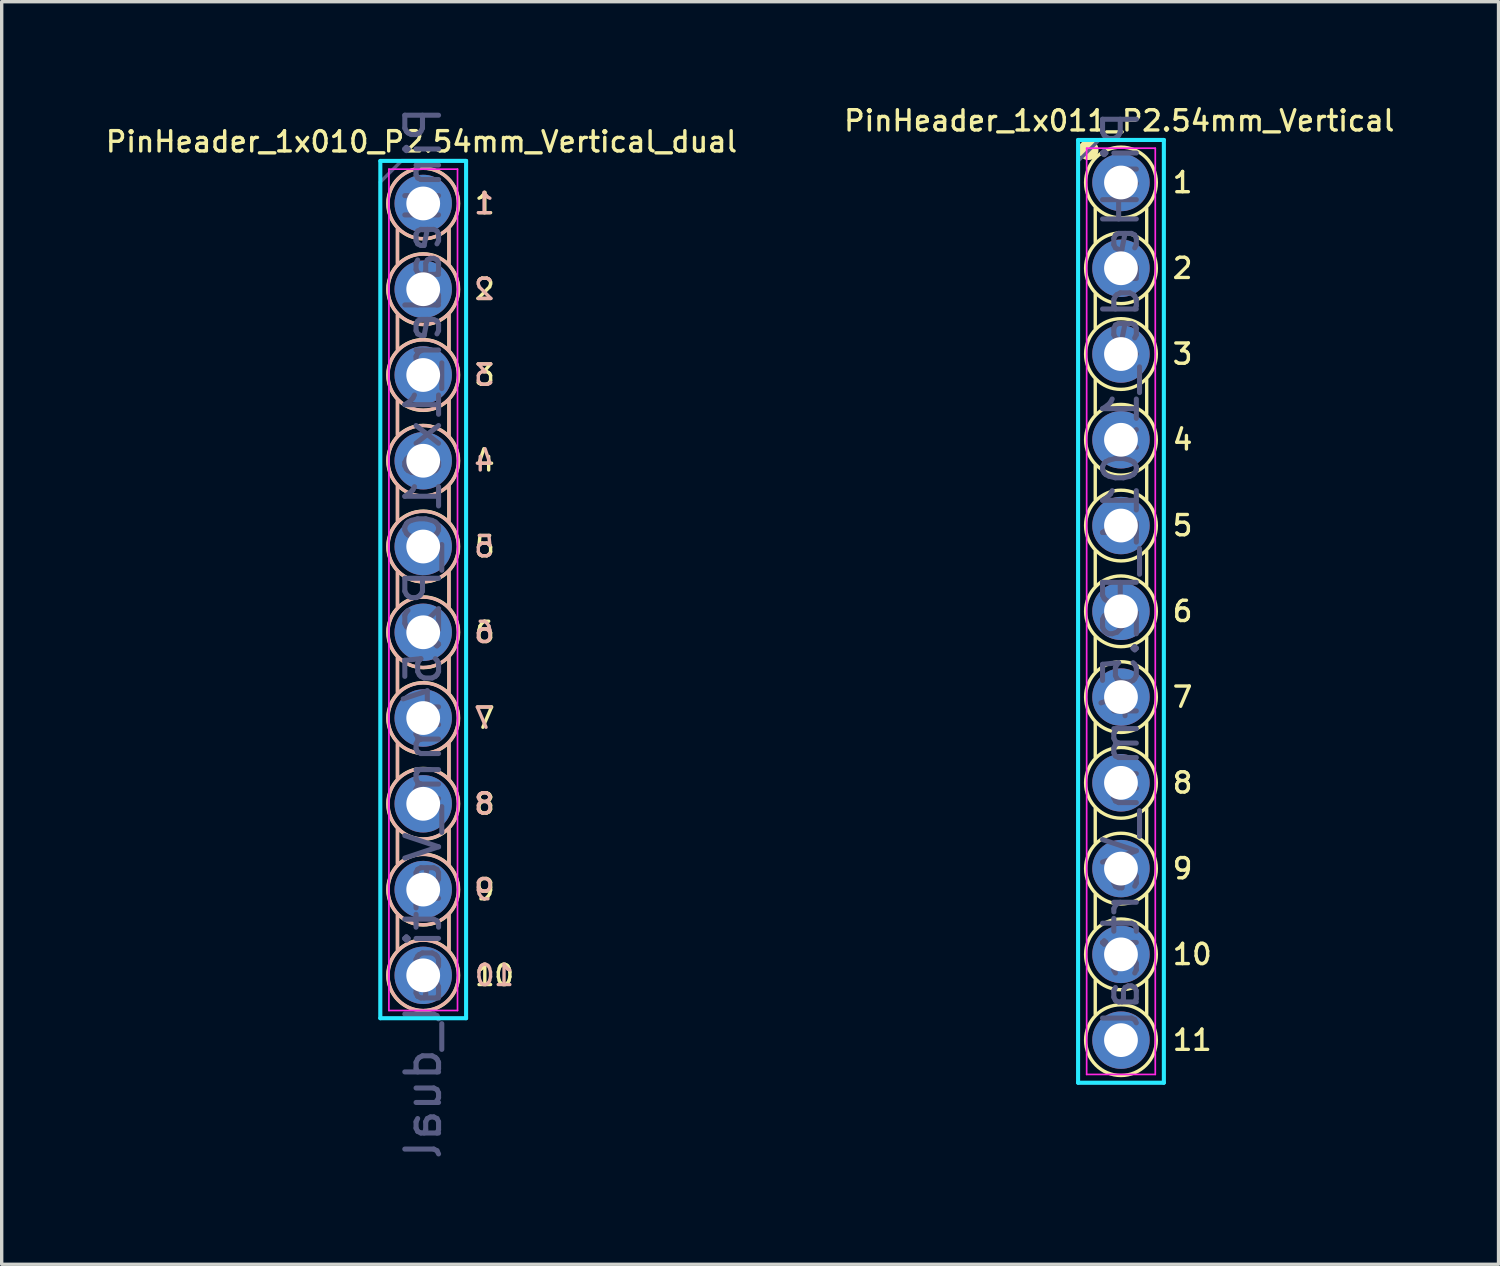
<source format=kicad_pcb>
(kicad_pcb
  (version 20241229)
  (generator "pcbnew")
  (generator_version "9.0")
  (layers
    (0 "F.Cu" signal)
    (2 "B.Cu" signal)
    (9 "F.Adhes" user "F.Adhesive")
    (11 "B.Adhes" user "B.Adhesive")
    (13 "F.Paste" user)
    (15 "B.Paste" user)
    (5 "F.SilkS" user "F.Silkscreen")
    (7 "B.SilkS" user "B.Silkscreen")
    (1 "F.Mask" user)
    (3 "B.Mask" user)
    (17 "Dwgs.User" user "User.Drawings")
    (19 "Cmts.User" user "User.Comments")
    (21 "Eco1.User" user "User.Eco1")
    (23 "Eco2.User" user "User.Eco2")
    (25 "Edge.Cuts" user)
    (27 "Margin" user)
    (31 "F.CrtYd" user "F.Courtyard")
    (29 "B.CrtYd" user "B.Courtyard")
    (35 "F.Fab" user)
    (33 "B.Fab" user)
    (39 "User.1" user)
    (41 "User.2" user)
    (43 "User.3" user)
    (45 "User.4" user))
  (footprint "PinHeader_1x010_P2.54mm_Vertical_dual"
    (layer "F.Cu")
    (at 9.484 2.976)
    (property "Reference" "PinHeader_1x010_P2.54mm_Vertical_dual" (at -0.051 -1.829 0) (layer "F.SilkS") (effects (font (size 0.6 0.6) (thickness 0.1))))
    (attr through_hole)
    (fp_line (start -0.762 0.762) (end -0.762 1.778) (stroke (width 0.1) (type solid)) (layer "F.SilkS"))
    (fp_line (start -0.762 3.302) (end -0.762 4.318) (stroke (width 0.1) (type solid)) (layer "F.SilkS"))
    (fp_line (start -0.762 5.842) (end -0.762 6.858) (stroke (width 0.1) (type solid)) (layer "F.SilkS"))
    (fp_line (start -0.762 8.382) (end -0.762 9.398) (stroke (width 0.1) (type solid)) (layer "F.SilkS"))
    (fp_line (start -0.762 10.922) (end -0.762 11.938) (stroke (width 0.1) (type solid)) (layer "F.SilkS"))
    (fp_line (start -0.762 13.462) (end -0.762 14.478) (stroke (width 0.1) (type solid)) (layer "F.SilkS"))
    (fp_line (start -0.762 16.002) (end -0.762 17.018) (stroke (width 0.1) (type solid)) (layer "F.SilkS"))
    (fp_line (start -0.762 18.542) (end -0.762 19.558) (stroke (width 0.1) (type solid)) (layer "F.SilkS"))
    (fp_line (start -0.762 21.082) (end -0.762 22.098) (stroke (width 0.1) (type solid)) (layer "F.SilkS"))
    (fp_line (start 0.762 0.762) (end 0.762 1.778) (stroke (width 0.1) (type solid)) (layer "F.SilkS"))
    (fp_line (start 0.762 3.302) (end 0.762 4.318) (stroke (width 0.1) (type solid)) (layer "F.SilkS"))
    (fp_line (start 0.762 5.842) (end 0.762 6.858) (stroke (width 0.1) (type solid)) (layer "F.SilkS"))
    (fp_line (start 0.762 8.382) (end 0.762 9.398) (stroke (width 0.1) (type solid)) (layer "F.SilkS"))
    (fp_line (start 0.762 10.922) (end 0.762 11.938) (stroke (width 0.1) (type solid)) (layer "F.SilkS"))
    (fp_line (start 0.762 13.462) (end 0.762 14.478) (stroke (width 0.1) (type solid)) (layer "F.SilkS"))
    (fp_line (start 0.762 16.002) (end 0.762 17.018) (stroke (width 0.1) (type solid)) (layer "F.SilkS"))
    (fp_line (start 0.762 18.542) (end 0.762 19.558) (stroke (width 0.1) (type solid)) (layer "F.SilkS"))
    (fp_line (start 0.762 21.082) (end 0.762 22.098) (stroke (width 0.1) (type solid)) (layer "F.SilkS"))
    (fp_circle (center 0 0) (end 0.813 0.66) (stroke (width 0.1) (type solid)) (fill no) (layer "F.SilkS"))
    (fp_circle (center 0 2.54) (end 0.813 3.2) (stroke (width 0.1) (type solid)) (fill no) (layer "F.SilkS"))
    (fp_circle (center 0 5.08) (end 0.813 5.74) (stroke (width 0.1) (type solid)) (fill no) (layer "F.SilkS"))
    (fp_circle (center 0 7.62) (end 0.813 8.28) (stroke (width 0.1) (type solid)) (fill no) (layer "F.SilkS"))
    (fp_circle (center 0 10.16) (end 0.813 10.82) (stroke (width 0.1) (type solid)) (fill no) (layer "F.SilkS"))
    (fp_circle (center 0 12.7) (end 0.813 13.36) (stroke (width 0.1) (type solid)) (fill no) (layer "F.SilkS"))
    (fp_circle (center 0 15.24) (end 0.813 15.9) (stroke (width 0.1) (type solid)) (fill no) (layer "F.SilkS"))
    (fp_circle (center 0 17.78) (end 0.813 18.44) (stroke (width 0.1) (type solid)) (fill no) (layer "F.SilkS"))
    (fp_circle (center 0 20.32) (end 0.813 20.98) (stroke (width 0.1) (type solid)) (fill no) (layer "F.SilkS"))
    (fp_circle (center 0 22.86) (end 0.813 23.52) (stroke (width 0.1) (type solid)) (fill no) (layer "F.SilkS"))
    (fp_line (start -0.762 0.737) (end -0.762 1.803) (stroke (width 0.1) (type solid)) (layer "B.SilkS"))
    (fp_line (start -0.762 3.277) (end -0.762 4.343) (stroke (width 0.1) (type solid)) (layer "B.SilkS"))
    (fp_line (start -0.762 5.817) (end -0.762 6.883) (stroke (width 0.1) (type solid)) (layer "B.SilkS"))
    (fp_line (start -0.762 8.357) (end -0.762 9.423) (stroke (width 0.1) (type solid)) (layer "B.SilkS"))
    (fp_line (start -0.762 10.897) (end -0.762 11.963) (stroke (width 0.1) (type solid)) (layer "B.SilkS"))
    (fp_line (start -0.762 13.437) (end -0.762 14.503) (stroke (width 0.1) (type solid)) (layer "B.SilkS"))
    (fp_line (start -0.762 15.977) (end -0.762 17.043) (stroke (width 0.1) (type solid)) (layer "B.SilkS"))
    (fp_line (start -0.762 18.517) (end -0.762 19.583) (stroke (width 0.1) (type solid)) (layer "B.SilkS"))
    (fp_line (start -0.762 21.057) (end -0.762 22.123) (stroke (width 0.1) (type solid)) (layer "B.SilkS"))
    (fp_line (start 0.762 0.737) (end 0.762 1.803) (stroke (width 0.1) (type solid)) (layer "B.SilkS"))
    (fp_line (start 0.762 3.277) (end 0.762 4.343) (stroke (width 0.1) (type solid)) (layer "B.SilkS"))
    (fp_line (start 0.762 5.817) (end 0.762 6.883) (stroke (width 0.1) (type solid)) (layer "B.SilkS"))
    (fp_line (start 0.762 8.357) (end 0.762 9.423) (stroke (width 0.1) (type solid)) (layer "B.SilkS"))
    (fp_line (start 0.762 10.897) (end 0.762 11.963) (stroke (width 0.1) (type solid)) (layer "B.SilkS"))
    (fp_line (start 0.762 13.437) (end 0.762 14.503) (stroke (width 0.1) (type solid)) (layer "B.SilkS"))
    (fp_line (start 0.762 15.977) (end 0.762 17.043) (stroke (width 0.1) (type solid)) (layer "B.SilkS"))
    (fp_line (start 0.762 18.517) (end 0.762 19.583) (stroke (width 0.1) (type solid)) (layer "B.SilkS"))
    (fp_line (start 0.762 21.057) (end 0.762 22.123) (stroke (width 0.1) (type solid)) (layer "B.SilkS"))
    (fp_circle (center 0 0) (end 0.025 -1.041) (stroke (width 0.1) (type solid)) (fill no) (layer "B.SilkS"))
    (fp_circle (center 0 2.54) (end 0.025 1.499) (stroke (width 0.1) (type solid)) (fill no) (layer "B.SilkS"))
    (fp_circle (center 0 5.08) (end 0.025 4.039) (stroke (width 0.1) (type solid)) (fill no) (layer "B.SilkS"))
    (fp_circle (center 0 7.62) (end 0.025 6.579) (stroke (width 0.1) (type solid)) (fill no) (layer "B.SilkS"))
    (fp_circle (center 0 10.16) (end 0.025 9.119) (stroke (width 0.1) (type solid)) (fill no) (layer "B.SilkS"))
    (fp_circle (center 0 12.7) (end 0.025 11.659) (stroke (width 0.1) (type solid)) (fill no) (layer "B.SilkS"))
    (fp_circle (center 0 15.24) (end 0.025 14.199) (stroke (width 0.1) (type solid)) (fill no) (layer "B.SilkS"))
    (fp_circle (center 0 17.78) (end 0.025 16.739) (stroke (width 0.1) (type solid)) (fill no) (layer "B.SilkS"))
    (fp_circle (center 0 20.32) (end 0.025 19.279) (stroke (width 0.1) (type solid)) (fill no) (layer "B.SilkS"))
    (fp_circle (center 0 22.86) (end 0.025 21.819) (stroke (width 0.1) (type solid)) (fill no) (layer "B.SilkS"))
    (fp_line (start -1.27 -1.26) (end -1.27 24.13) (stroke (width 0.12) (type solid)) (layer "B.CrtYd"))
    (fp_line (start -1.27 24.13) (end 1.27 24.13) (stroke (width 0.12) (type solid)) (layer "B.CrtYd"))
    (fp_line (start 1.27 -1.26) (end -1.27 -1.26) (stroke (width 0.12) (type solid)) (layer "B.CrtYd"))
    (fp_line (start 1.27 24.13) (end 1.27 -1.26) (stroke (width 0.12) (type solid)) (layer "B.CrtYd"))
    (fp_line (start -1.016 -1.016) (end -1.016 23.901) (stroke (width 0.05) (type solid)) (layer "F.CrtYd"))
    (fp_line (start -1.016 23.901) (end 1.016 23.901) (stroke (width 0.05) (type solid)) (layer "F.CrtYd"))
    (fp_line (start 1.016 -1.016) (end -1.016 -1.016) (stroke (width 0.05) (type solid)) (layer "F.CrtYd"))
    (fp_line (start 1.016 23.901) (end 1.016 -1.016) (stroke (width 0.05) (type solid)) (layer "F.CrtYd"))
    (fp_line (start -1.27 -0.635) (end -0.635 -1.27) (stroke (width 0.1) (type solid)) (layer "B.Fab"))
    (fp_line (start -1.27 24.13) (end -1.27 -0.635) (stroke (width 0.1) (type solid)) (layer "B.Fab"))
    (fp_line (start -0.635 -1.27) (end 1.27 -1.27) (stroke (width 0.1) (type solid)) (layer "B.Fab"))
    (fp_line (start 1.27 -1.27) (end 1.27 24.13) (stroke (width 0.1) (type solid)) (layer "B.Fab"))
    (fp_line (start 1.27 24.13) (end -1.27 24.13) (stroke (width 0.1) (type solid)) (layer "B.Fab"))
    (fp_text user "10" (at 1.473 22.86 0) (layer "F.SilkS") (effects (font (size 0.6 0.6) (thickness 0.1)) (justify left)))
    (fp_text user "2" (at 1.473 2.54 0) (layer "F.SilkS") (effects (font (size 0.6 0.6) (thickness 0.1)) (justify left)))
    (fp_text user "7" (at 1.473 15.24 0) (layer "F.SilkS") (effects (font (size 0.6 0.6) (thickness 0.1)) (justify left)))
    (fp_text user "5" (at 1.473 10.16 0) (layer "F.SilkS") (effects (font (size 0.6 0.6) (thickness 0.1)) (justify left)))
    (fp_text user "4" (at 1.473 7.62 0) (layer "F.SilkS") (effects (font (size 0.6 0.6) (thickness 0.1)) (justify left)))
    (fp_text user "9" (at 1.473 20.32 0) (layer "F.SilkS") (effects (font (size 0.6 0.6) (thickness 0.1)) (justify left)))
    (fp_text user "3" (at 1.473 5.08 0) (layer "F.SilkS") (effects (font (size 0.6 0.6) (thickness 0.1)) (justify left)))
    (fp_text user "8" (at 1.473 17.78 0) (layer "F.SilkS") (effects (font (size 0.6 0.6) (thickness 0.1)) (justify left)))
    (fp_text user "1" (at 1.473 0 0) (layer "F.SilkS") (effects (font (size 0.6 0.6) (thickness 0.1)) (justify left)))
    (fp_text user "6" (at 1.473 12.7 0) (layer "F.SilkS") (effects (font (size 0.6 0.6) (thickness 0.1)) (justify left)))
    (fp_text user "5" (at 1.803 10.16 0) (layer "B.SilkS") (effects (font (size 0.6 0.6) (thickness 0.1)) (justify mirror)))
    (fp_text user "10" (at 2.108 22.86 0) (layer "B.SilkS") (effects (font (size 0.6 0.6) (thickness 0.1)) (justify mirror)))
    (fp_text user "8" (at 1.803 17.78 0) (layer "B.SilkS") (effects (font (size 0.6 0.6) (thickness 0.1)) (justify mirror)))
    (fp_text user "4" (at 1.803 7.62 0) (layer "B.SilkS") (effects (font (size 0.6 0.6) (thickness 0.1)) (justify mirror)))
    (fp_text user "2" (at 1.803 2.54 0) (layer "B.SilkS") (effects (font (size 0.6 0.6) (thickness 0.1)) (justify mirror)))
    (fp_text user "1" (at 1.803 0 0) (layer "B.SilkS") (effects (font (size 0.6 0.6) (thickness 0.1)) (justify mirror)))
    (fp_text user "9" (at 1.803 20.32 0) (layer "B.SilkS") (effects (font (size 0.6 0.6) (thickness 0.1)) (justify mirror)))
    (fp_text user "7" (at 1.803 15.24 0) (layer "B.SilkS") (effects (font (size 0.6 0.6) (thickness 0.1)) (justify mirror)))
    (fp_text user "3" (at 1.803 5.08 0) (layer "B.SilkS") (effects (font (size 0.6 0.6) (thickness 0.1)) (justify mirror)))
    (fp_text user "6" (at 1.803 12.7 0) (layer "B.SilkS") (effects (font (size 0.6 0.6) (thickness 0.1)) (justify mirror)))
    (fp_text user "${REFERENCE}" (at 0 12.72 90) (layer "B.Fab") (effects (font (size 1 1) (thickness 0.15)) (justify mirror)))
    (pad "1" thru_hole circle (at 0 0) (size 1.7 1.7) (drill 1) (layers "*.Cu" "*.Mask"))
    (pad "2" thru_hole oval (at 0 2.54) (size 1.7 1.7) (drill 1) (layers "*.Cu" "*.Mask"))
    (pad "3" thru_hole oval (at 0 5.08) (size 1.7 1.7) (drill 1) (layers "*.Cu" "*.Mask"))
    (pad "4" thru_hole oval (at 0 7.62) (size 1.7 1.7) (drill 1) (layers "*.Cu" "*.Mask"))
    (pad "5" thru_hole oval (at 0 10.16) (size 1.7 1.7) (drill 1) (layers "*.Cu" "*.Mask"))
    (pad "6" thru_hole oval (at 0 12.7) (size 1.7 1.7) (drill 1) (layers "*.Cu" "*.Mask"))
    (pad "7" thru_hole oval (at 0 15.24) (size 1.7 1.7) (drill 1) (layers "*.Cu" "*.Mask"))
    (pad "8" thru_hole oval (at 0 17.78) (size 1.7 1.7) (drill 1) (layers "*.Cu" "*.Mask"))
    (pad "9" thru_hole oval (at 0 20.32) (size 1.7 1.7) (drill 1) (layers "*.Cu" "*.Mask"))
    (pad "10" thru_hole oval (at 0 22.86) (size 1.7 1.7) (drill 1) (layers "*.Cu" "*.Mask")))
  (footprint "PinHeader_1x011_P2.54mm_Vertical"
    (layer "F.Cu")
    (at 30.149 2.355)
    (property "Reference" "PinHeader_1x011_P2.54mm_Vertical" (at -0.051 -1.829 0) (layer "F.SilkS") (effects (font (size 0.6 0.6) (thickness 0.1))))
    (attr through_hole)
    (fp_line (start -0.762 0.762) (end -0.762 1.778) (stroke (width 0.1) (type solid)) (layer "F.SilkS"))
    (fp_line (start -0.762 3.302) (end -0.762 4.318) (stroke (width 0.1) (type solid)) (layer "F.SilkS"))
    (fp_line (start -0.762 5.842) (end -0.762 6.858) (stroke (width 0.1) (type solid)) (layer "F.SilkS"))
    (fp_line (start -0.762 8.382) (end -0.762 9.398) (stroke (width 0.1) (type solid)) (layer "F.SilkS"))
    (fp_line (start -0.762 10.922) (end -0.762 11.938) (stroke (width 0.1) (type solid)) (layer "F.SilkS"))
    (fp_line (start -0.762 13.462) (end -0.762 14.478) (stroke (width 0.1) (type solid)) (layer "F.SilkS"))
    (fp_line (start -0.762 16.002) (end -0.762 17.018) (stroke (width 0.1) (type solid)) (layer "F.SilkS"))
    (fp_line (start -0.762 18.542) (end -0.762 19.558) (stroke (width 0.1) (type solid)) (layer "F.SilkS"))
    (fp_line (start -0.762 21.082) (end -0.762 22.098) (stroke (width 0.1) (type solid)) (layer "F.SilkS"))
    (fp_line (start -0.762 23.622) (end -0.762 24.638) (stroke (width 0.1) (type solid)) (layer "F.SilkS"))
    (fp_line (start 0.762 0.762) (end 0.762 1.778) (stroke (width 0.1) (type solid)) (layer "F.SilkS"))
    (fp_line (start 0.762 3.302) (end 0.762 4.318) (stroke (width 0.1) (type solid)) (layer "F.SilkS"))
    (fp_line (start 0.762 5.842) (end 0.762 6.858) (stroke (width 0.1) (type solid)) (layer "F.SilkS"))
    (fp_line (start 0.762 8.382) (end 0.762 9.398) (stroke (width 0.1) (type solid)) (layer "F.SilkS"))
    (fp_line (start 0.762 10.922) (end 0.762 11.938) (stroke (width 0.1) (type solid)) (layer "F.SilkS"))
    (fp_line (start 0.762 13.462) (end 0.762 14.478) (stroke (width 0.1) (type solid)) (layer "F.SilkS"))
    (fp_line (start 0.762 16.002) (end 0.762 17.018) (stroke (width 0.1) (type solid)) (layer "F.SilkS"))
    (fp_line (start 0.762 18.542) (end 0.762 19.558) (stroke (width 0.1) (type solid)) (layer "F.SilkS"))
    (fp_line (start 0.762 21.082) (end 0.762 22.098) (stroke (width 0.1) (type solid)) (layer "F.SilkS"))
    (fp_line (start 0.762 23.622) (end 0.762 24.638) (stroke (width 0.1) (type solid)) (layer "F.SilkS"))
    (fp_circle (center -0.965 -0.965) (end -0.965 -0.965) (stroke (width 0.3) (type solid)) (fill no) (layer "F.SilkS"))
    (fp_circle (center 0 0) (end 0.813 0.66) (stroke (width 0.1) (type solid)) (fill no) (layer "F.SilkS"))
    (fp_circle (center 0 2.54) (end 0.813 3.2) (stroke (width 0.1) (type solid)) (fill no) (layer "F.SilkS"))
    (fp_circle (center 0 5.08) (end 0.813 5.74) (stroke (width 0.1) (type solid)) (fill no) (layer "F.SilkS"))
    (fp_circle (center 0 7.62) (end 0.813 8.28) (stroke (width 0.1) (type solid)) (fill no) (layer "F.SilkS"))
    (fp_circle (center 0 10.16) (end 0.813 10.82) (stroke (width 0.1) (type solid)) (fill no) (layer "F.SilkS"))
    (fp_circle (center 0 12.7) (end 0.813 13.36) (stroke (width 0.1) (type solid)) (fill no) (layer "F.SilkS"))
    (fp_circle (center 0 15.24) (end 0.813 15.9) (stroke (width 0.1) (type solid)) (fill no) (layer "F.SilkS"))
    (fp_circle (center 0 17.78) (end 0.813 18.44) (stroke (width 0.1) (type solid)) (fill no) (layer "F.SilkS"))
    (fp_circle (center 0 20.32) (end 0.813 20.98) (stroke (width 0.1) (type solid)) (fill no) (layer "F.SilkS"))
    (fp_circle (center 0 22.86) (end 0.813 23.52) (stroke (width 0.1) (type solid)) (fill no) (layer "F.SilkS"))
    (fp_circle (center 0 25.4) (end 0.813 26.06) (stroke (width 0.1) (type solid)) (fill no) (layer "F.SilkS"))
    (fp_line (start -1.27 -1.26) (end -1.27 26.66) (stroke (width 0.12) (type solid)) (layer "B.CrtYd"))
    (fp_line (start -1.27 26.66) (end 1.27 26.66) (stroke (width 0.12) (type solid)) (layer "B.CrtYd"))
    (fp_line (start 1.27 -1.26) (end -1.27 -1.26) (stroke (width 0.12) (type solid)) (layer "B.CrtYd"))
    (fp_line (start 1.27 26.66) (end 1.27 -1.26) (stroke (width 0.12) (type solid)) (layer "B.CrtYd"))
    (fp_line (start -1.016 -1.016) (end -1.016 26.416) (stroke (width 0.05) (type solid)) (layer "F.CrtYd"))
    (fp_line (start -1.016 26.416) (end 1.016 26.416) (stroke (width 0.05) (type solid)) (layer "F.CrtYd"))
    (fp_line (start 1.016 -1.016) (end -1.016 -1.016) (stroke (width 0.05) (type solid)) (layer "F.CrtYd"))
    (fp_line (start 1.016 26.416) (end 1.016 -1.016) (stroke (width 0.05) (type solid)) (layer "F.CrtYd"))
    (fp_line (start -1.27 -0.635) (end -0.635 -1.27) (stroke (width 0.1) (type solid)) (layer "B.Fab"))
    (fp_line (start -1.27 26.67) (end -1.27 -0.635) (stroke (width 0.1) (type solid)) (layer "B.Fab"))
    (fp_line (start -0.635 -1.27) (end 1.27 -1.27) (stroke (width 0.1) (type solid)) (layer "B.Fab"))
    (fp_line (start 1.27 -1.27) (end 1.27 26.67) (stroke (width 0.1) (type solid)) (layer "B.Fab"))
    (fp_line (start 1.27 26.67) (end -1.27 26.67) (stroke (width 0.1) (type solid)) (layer "B.Fab"))
    (fp_text user "2" (at 1.473 2.54 0) (layer "F.SilkS") (effects (font (size 0.6 0.6) (thickness 0.1)) (justify left)))
    (fp_text user "6" (at 1.473 12.7 0) (layer "F.SilkS") (effects (font (size 0.6 0.6) (thickness 0.1)) (justify left)))
    (fp_text user "8" (at 1.473 17.78 0) (layer "F.SilkS") (effects (font (size 0.6 0.6) (thickness 0.1)) (justify left)))
    (fp_text user "1" (at 1.473 0 0) (layer "F.SilkS") (effects (font (size 0.6 0.6) (thickness 0.1)) (justify left)))
    (fp_text user "7" (at 1.473 15.24 0) (layer "F.SilkS") (effects (font (size 0.6 0.6) (thickness 0.1)) (justify left)))
    (fp_text user "4" (at 1.473 7.62 0) (layer "F.SilkS") (effects (font (size 0.6 0.6) (thickness 0.1)) (justify left)))
    (fp_text user "3" (at 1.473 5.08 0) (layer "F.SilkS") (effects (font (size 0.6 0.6) (thickness 0.1)) (justify left)))
    (fp_text user "10" (at 1.473 22.86 0) (layer "F.SilkS") (effects (font (size 0.6 0.6) (thickness 0.1)) (justify left)))
    (fp_text user "11" (at 1.473 25.4 0) (layer "F.SilkS") (effects (font (size 0.6 0.6) (thickness 0.1)) (justify left)))
    (fp_text user "5" (at 1.473 10.16 0) (layer "F.SilkS") (effects (font (size 0.6 0.6) (thickness 0.1)) (justify left)))
    (fp_text user "9" (at 1.473 20.32 0) (layer "F.SilkS") (effects (font (size 0.6 0.6) (thickness 0.1)) (justify left)))
    (fp_text user "${REFERENCE}" (at 0 11.46 90) (layer "B.Fab") (effects (font (size 1 1) (thickness 0.15)) (justify mirror)))
    (pad "1" thru_hole circle (at 0 0) (size 1.7 1.7) (drill 1) (layers "*.Cu" "*.Mask"))
    (pad "2" thru_hole oval (at 0 2.54) (size 1.7 1.7) (drill 1) (layers "*.Cu" "*.Mask"))
    (pad "3" thru_hole oval (at 0 5.08) (size 1.7 1.7) (drill 1) (layers "*.Cu" "*.Mask"))
    (pad "4" thru_hole oval (at 0 7.62) (size 1.7 1.7) (drill 1) (layers "*.Cu" "*.Mask"))
    (pad "5" thru_hole oval (at 0 10.16) (size 1.7 1.7) (drill 1) (layers "*.Cu" "*.Mask"))
    (pad "6" thru_hole oval (at 0 12.7) (size 1.7 1.7) (drill 1) (layers "*.Cu" "*.Mask"))
    (pad "7" thru_hole oval (at 0 15.24) (size 1.7 1.7) (drill 1) (layers "*.Cu" "*.Mask"))
    (pad "8" thru_hole oval (at 0 17.78) (size 1.7 1.7) (drill 1) (layers "*.Cu" "*.Mask"))
    (pad "9" thru_hole oval (at 0 20.32) (size 1.7 1.7) (drill 1) (layers "*.Cu" "*.Mask"))
    (pad "10" thru_hole oval (at 0 22.86) (size 1.7 1.7) (drill 1) (layers "*.Cu" "*.Mask"))
    (pad "11" thru_hole oval (at 0 25.4) (size 1.7 1.7) (drill 1) (layers "*.Cu" "*.Mask")))
  (gr_rect
    (start -3 -3)
    (end 41.331 34.393)
    (stroke (width 0.1) (type default))
    (fill no)
    (layer "Edge.Cuts")))
</source>
